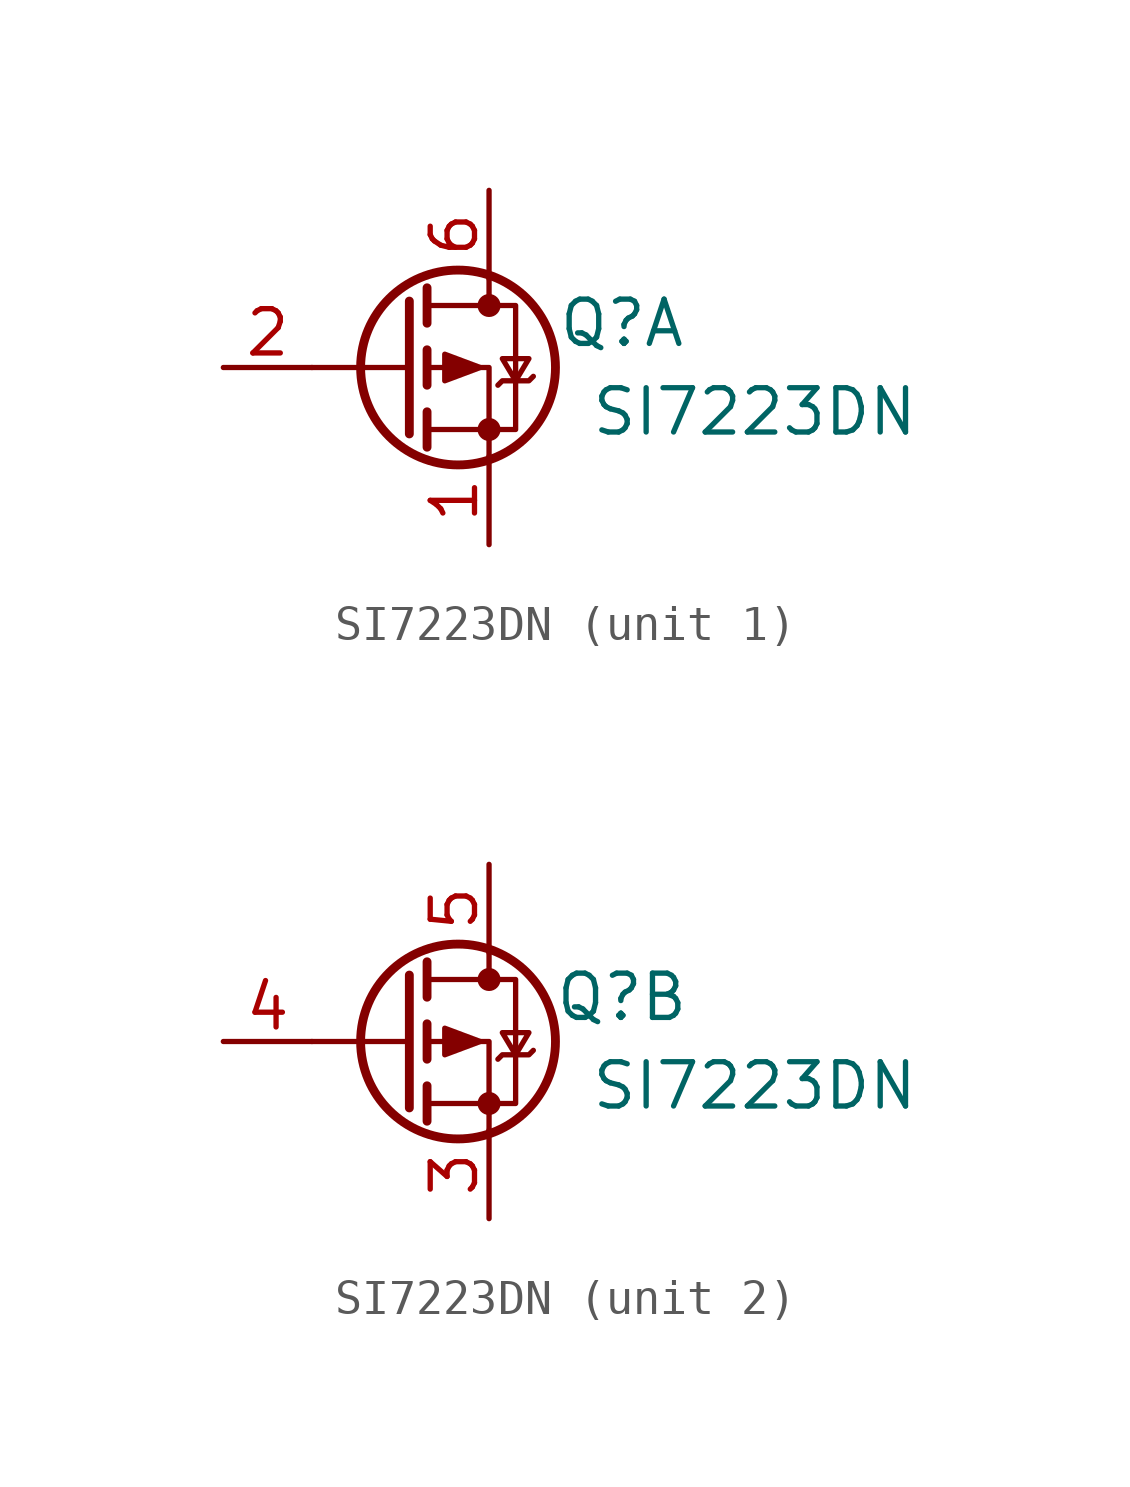
<source format=kicad_sym>
(kicad_symbol_lib
  (version 20211014)
  (generator kicad_symbol_editor)
  (symbol "SI7223DN"
    (pin_names
      (offset 0) hide)
    (property "Reference" "Q"
      (at 5.08 1.27 0)
      (effects (font (size 1.27 1.27))))
    (property "Value" "SI7223DN"
      (at 8.89 -1.27 0)
      (effects (font (size 1.27 1.27))))
    (symbol "SI7223DN_0_1"
      (polyline (pts (xy -1.016 0) (xy -3.81 0)) (stroke (width 0) (type default) (color 0 0 0 0)) (fill (type none)))
      (polyline (pts (xy -1.016 1.905) (xy -1.016 -1.905)) (stroke (width 0.254) (type default) (color 0 0 0 0)) (fill (type none)))
      (polyline (pts (xy -0.508 -1.27) (xy -0.508 -2.286)) (stroke (width 0.254) (type default) (color 0 0 0 0)) (fill (type none)))
      (polyline (pts (xy -0.508 0.508) (xy -0.508 -0.508)) (stroke (width 0.254) (type default) (color 0 0 0 0)) (fill (type none)))
      (polyline (pts (xy -0.508 2.286) (xy -0.508 1.27)) (stroke (width 0.254) (type default) (color 0 0 0 0)) (fill (type none)))
      (polyline (pts (xy 1.27 2.54) (xy 1.27 1.778)) (stroke (width 0) (type default) (color 0 0 0 0)) (fill (type none)))
      (polyline (pts (xy 1.27 -2.54) (xy 1.27 0) (xy -0.508 0)) (stroke (width 0) (type default) (color 0 0 0 0)) (fill (type none)))
      (polyline (pts (xy -0.508 1.778) (xy 2.032 1.778) (xy 2.032 -1.778) (xy -0.508 -1.778)) (stroke (width 0) (type default) (color 0 0 0 0)) (fill (type none)))
      (polyline (pts (xy 1.016 0) (xy 0 0.381) (xy 0 -0.381) (xy 1.016 0)) (stroke (width 0) (type default) (color 0 0 0 0)) (fill (type outline)))
      (polyline (pts (xy 1.524 -0.508) (xy 1.651 -0.381) (xy 2.413 -0.381) (xy 2.54 -0.254)) (stroke (width 0) (type default) (color 0 0 0 0)) (fill (type none)))
      (polyline (pts (xy 2.032 -0.381) (xy 1.651 0.254) (xy 2.413 0.254) (xy 2.032 -0.381)) (stroke (width 0) (type default) (color 0 0 0 0)) (fill (type none)))
      (circle (center 0.381 0) (radius 2.794) (stroke (width 0.254) (type default) (color 0 0 0 0)) (fill (type none)))
      (circle (center 1.27 -1.778) (radius 0.254) (stroke (width 0) (type default) (color 0 0 0 0)) (fill (type outline)))
      (circle (center 1.27 1.778) (radius 0.254) (stroke (width 0) (type default) (color 0 0 0 0)) (fill (type outline))))
    (symbol "SI7223DN_1_1"
      (pin passive line (at 1.27 -5.08 90) (length 2.54) (name "S1" (effects (font (size 1.27 1.27)))) (number "1" (effects (font (size 1.27 1.27)))))
      (pin input line (at -6.35 0 0) (length 2.54) (name "G1" (effects (font (size 1.27 1.27)))) (number "2" (effects (font (size 1.27 1.27)))))
      (pin passive line (at 1.27 5.08 270) (length 2.54) (name "D1" (effects (font (size 1.27 1.27)))) (number "6" (effects (font (size 1.27 1.27))))))
    (symbol "SI7223DN_2_1"
      (pin passive line (at 1.27 -5.08 90) (length 2.54) (name "S2" (effects (font (size 1.27 1.27)))) (number "3" (effects (font (size 1.27 1.27)))))
      (pin input line (at -6.35 0 0) (length 2.54) (name "G2" (effects (font (size 1.27 1.27)))) (number "4" (effects (font (size 1.27 1.27)))))
      (pin passive line (at 1.27 5.08 270) (length 2.54) (name "D2" (effects (font (size 1.27 1.27)))) (number "5" (effects (font (size 1.27 1.27))))))))
</source>
